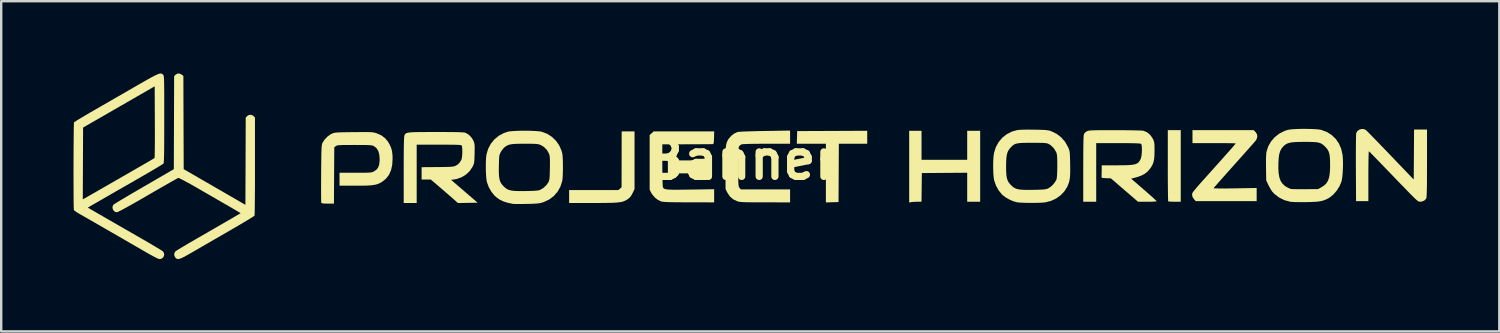
<source format=kicad_pcb>
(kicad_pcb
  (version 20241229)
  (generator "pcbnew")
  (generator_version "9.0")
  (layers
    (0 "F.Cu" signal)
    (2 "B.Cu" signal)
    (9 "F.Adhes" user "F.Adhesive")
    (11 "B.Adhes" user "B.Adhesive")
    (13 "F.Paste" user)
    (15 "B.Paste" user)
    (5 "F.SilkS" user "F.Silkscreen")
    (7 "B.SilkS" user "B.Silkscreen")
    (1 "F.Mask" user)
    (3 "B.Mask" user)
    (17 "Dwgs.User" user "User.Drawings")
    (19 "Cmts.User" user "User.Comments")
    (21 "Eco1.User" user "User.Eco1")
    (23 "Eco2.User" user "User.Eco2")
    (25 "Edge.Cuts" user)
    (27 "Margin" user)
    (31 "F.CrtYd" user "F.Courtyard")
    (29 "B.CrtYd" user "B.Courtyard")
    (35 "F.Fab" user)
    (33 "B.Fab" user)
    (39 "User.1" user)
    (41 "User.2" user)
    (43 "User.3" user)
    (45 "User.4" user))
  (footprint "Banner"
    (layer "F.Cu")
    (at 27.756 3.579)
    (property "Reference" "Banner" (at 0 0 0) (layer "F.SilkS") (effects (font (size 1.524 1.524) (thickness 0.3))))
    (attr board_only exclude_from_pos_files exclude_from_bom)
    (fp_poly (pts (xy -1.408 0.563) (xy -3.098 0.563) (xy -3.098 0.026) (xy -1.408 0.026)) (stroke (width 0) (type solid)) (fill yes) (layer "F.SilkS"))
    (fp_poly (pts (xy 5.172 -0.666) (xy 3.995 -0.666) (xy 3.982 1.754) (xy 3.719 1.761) (xy 3.457 1.769) (xy 3.457 -0.666) (xy 2.251 -0.666) (xy 2.259 -0.928) (xy 2.266 -1.191) (xy 3.719 -1.197) (xy 5.172 -1.204)) (stroke (width 0) (type solid)) (fill yes) (layer "F.SilkS"))
    (fp_poly (pts (xy 18.179 1.741) (xy 17.928 1.741) (xy 17.819 1.739) (xy 17.73 1.735) (xy 17.673 1.729) (xy 17.659 1.724) (xy 17.656 1.696) (xy 17.653 1.621) (xy 17.65 1.505) (xy 17.648 1.351) (xy 17.646 1.164) (xy 17.644 0.949) (xy 17.643 0.71) (xy 17.642 0.452) (xy 17.642 0.239) (xy 17.642 -1.229) (xy 18.179 -1.229)) (stroke (width 0) (type solid)) (fill yes) (layer "F.SilkS"))
    (fp_poly (pts (xy 7.425 0) (xy 9.32 0) (xy 9.32 -1.203) (xy 9.858 -1.203) (xy 9.858 1.741) (xy 9.32 1.741) (xy 9.32 0.537) (xy 8.379 0.544) (xy 7.438 0.551) (xy 7.431 1.146) (xy 7.424 1.741) (xy 7.249 1.741) (xy 7.146 1.743) (xy 7.051 1.75) (xy 6.993 1.757) (xy 6.913 1.773) (xy 6.913 -1.203) (xy 7.425 -1.203)) (stroke (width 0) (type solid)) (fill yes) (layer "F.SilkS"))
    (fp_poly (pts (xy -4.481 1.216) (xy -4.554 1.37) (xy -4.623 1.494) (xy -4.697 1.583) (xy -4.793 1.654) (xy -4.853 1.687) (xy -4.907 1.713) (xy -4.966 1.734) (xy -5.034 1.751) (xy -5.118 1.764) (xy -5.221 1.774) (xy -5.35 1.782) (xy -5.509 1.787) (xy -5.704 1.79) (xy -5.94 1.792) (xy -6.213 1.792) (xy -7.195 1.792) (xy -7.195 1.255) (xy -5.149 1.255) (xy -5.019 1.139) (xy -5.017 -0.019) (xy -5.015 -1.178) (xy -4.481 -1.178)) (stroke (width 0) (type solid)) (fill yes) (layer "F.SilkS"))
    (fp_poly (pts (xy -1.176 -1.178) (xy -1.183 -0.915) (xy -1.188 -0.793) (xy -1.195 -0.713) (xy -1.206 -0.669) (xy -1.223 -0.651) (xy -1.229 -0.649) (xy -1.262 -0.649) (xy -1.341 -0.648) (xy -1.46 -0.647) (xy -1.613 -0.646) (xy -1.794 -0.645) (xy -1.998 -0.644) (xy -2.22 -0.643) (xy -2.298 -0.643) (xy -3.329 -0.64) (xy -3.329 0.216) (xy -3.328 0.423) (xy -3.326 0.616) (xy -3.323 0.788) (xy -3.319 0.932) (xy -3.314 1.043) (xy -3.309 1.113) (xy -3.305 1.135) (xy -3.291 1.163) (xy -3.272 1.187) (xy -3.241 1.205) (xy -3.195 1.22) (xy -3.128 1.23) (xy -3.037 1.237) (xy -2.916 1.241) (xy -2.761 1.242) (xy -2.567 1.241) (xy -2.329 1.238) (xy -2.153 1.236) (xy -1.178 1.221) (xy -1.178 1.767) (xy -2.221 1.765) (xy -2.496 1.764) (xy -2.725 1.763) (xy -2.912 1.76) (xy -3.061 1.757) (xy -3.177 1.752) (xy -3.265 1.746) (xy -3.329 1.738) (xy -3.374 1.729) (xy -3.382 1.727) (xy -3.511 1.665) (xy -3.636 1.567) (xy -3.741 1.446) (xy -3.79 1.367) (xy -3.854 1.242) (xy -3.854 -1.028) (xy -3.77 -1.103) (xy -3.686 -1.178) (xy -2.431 -1.178)) (stroke (width 0) (type solid)) (fill yes) (layer "F.SilkS"))
    (fp_poly (pts (xy 21.28 -1.154) (xy 21.342 -1.06) (xy 21.356 -0.955) (xy 21.322 -0.847) (xy 21.284 -0.789) (xy 21.253 -0.753) (xy 21.192 -0.682) (xy 21.103 -0.582) (xy 20.991 -0.456) (xy 20.86 -0.308) (xy 20.713 -0.143) (xy 20.554 0.035) (xy 20.386 0.223) (xy 20.381 0.228) (xy 20.216 0.413) (xy 20.061 0.586) (xy 19.92 0.745) (xy 19.797 0.884) (xy 19.694 1.001) (xy 19.615 1.091) (xy 19.563 1.151) (xy 19.542 1.178) (xy 19.541 1.178) (xy 19.564 1.183) (xy 19.632 1.186) (xy 19.74 1.189) (xy 19.882 1.19) (xy 20.053 1.189) (xy 20.246 1.188) (xy 20.431 1.185) (xy 21.329 1.17) (xy 21.329 1.716) (xy 18.804 1.716) (xy 18.737 1.645) (xy 18.668 1.545) (xy 18.649 1.443) (xy 18.663 1.378) (xy 18.687 1.34) (xy 18.74 1.271) (xy 18.818 1.177) (xy 18.914 1.065) (xy 19.022 0.942) (xy 19.067 0.891) (xy 19.31 0.622) (xy 19.534 0.372) (xy 19.739 0.144) (xy 19.922 -0.061) (xy 20.081 -0.24) (xy 20.215 -0.391) (xy 20.322 -0.513) (xy 20.399 -0.603) (xy 20.446 -0.659) (xy 20.46 -0.679) (xy 20.435 -0.682) (xy 20.364 -0.685) (xy 20.254 -0.688) (xy 20.111 -0.69) (xy 19.939 -0.691) (xy 19.745 -0.692) (xy 19.562 -0.692) (xy 18.666 -0.69) (xy 18.666 -1.229) (xy 21.205 -1.229)) (stroke (width 0) (type solid)) (fill yes) (layer "F.SilkS"))
    (fp_poly (pts (xy 1.972 -0.666) (xy 1.002 -0.666) (xy 0.729 -0.665) (xy 0.492 -0.663) (xy 0.294 -0.659) (xy 0.139 -0.654) (xy 0.028 -0.648) (xy -0.035 -0.641) (xy -0.044 -0.639) (xy -0.108 -0.6) (xy -0.15 -0.548) (xy -0.16 -0.502) (xy -0.168 -0.409) (xy -0.173 -0.269) (xy -0.177 -0.08) (xy -0.179 0.158) (xy -0.179 0.305) (xy -0.179 0.527) (xy -0.178 0.704) (xy -0.177 0.841) (xy -0.174 0.944) (xy -0.17 1.02) (xy -0.164 1.073) (xy -0.155 1.109) (xy -0.144 1.136) (xy -0.13 1.157) (xy -0.126 1.162) (xy -0.073 1.229) (xy 1.972 1.229) (xy 1.972 1.767) (xy 0.941 1.766) (xy 0.68 1.766) (xy 0.466 1.765) (xy 0.292 1.763) (xy 0.153 1.761) (xy 0.045 1.757) (xy -0.039 1.752) (xy -0.104 1.746) (xy -0.154 1.738) (xy -0.195 1.728) (xy -0.225 1.718) (xy -0.393 1.638) (xy -0.526 1.522) (xy -0.627 1.369) (xy -0.704 1.22) (xy -0.712 0.38) (xy -0.714 0.116) (xy -0.714 -0.103) (xy -0.71 -0.282) (xy -0.703 -0.427) (xy -0.692 -0.544) (xy -0.677 -0.639) (xy -0.655 -0.716) (xy -0.628 -0.783) (xy -0.594 -0.844) (xy -0.569 -0.881) (xy -0.47 -0.994) (xy -0.348 -1.088) (xy -0.221 -1.148) (xy -0.208 -1.152) (xy -0.162 -1.159) (xy -0.07 -1.165) (xy 0.061 -1.172) (xy 0.226 -1.178) (xy 0.419 -1.184) (xy 0.634 -1.19) (xy 0.866 -1.194) (xy 0.928 -1.195) (xy 1.972 -1.212)) (stroke (width 0) (type solid)) (fill yes) (layer "F.SilkS"))
    (fp_poly (pts (xy 25.78 -1.273) (xy 25.864 -1.232) (xy 25.893 -1.204) (xy 25.954 -1.144) (xy 26.043 -1.053) (xy 26.157 -0.936) (xy 26.293 -0.797) (xy 26.446 -0.638) (xy 26.614 -0.464) (xy 26.793 -0.278) (xy 26.885 -0.182) (xy 27.845 0.82) (xy 27.852 -0.218) (xy 27.859 -1.255) (xy 28.396 -1.255) (xy 28.396 0.14) (xy 28.395 0.47) (xy 28.394 0.752) (xy 28.393 0.988) (xy 28.39 1.181) (xy 28.386 1.335) (xy 28.382 1.451) (xy 28.377 1.533) (xy 28.37 1.584) (xy 28.365 1.601) (xy 28.305 1.676) (xy 28.212 1.725) (xy 28.109 1.741) (xy 28.076 1.737) (xy 28.039 1.723) (xy 27.995 1.693) (xy 27.935 1.643) (xy 27.856 1.567) (xy 27.749 1.461) (xy 27.691 1.402) (xy 27.593 1.302) (xy 27.467 1.172) (xy 27.318 1.019) (xy 27.155 0.851) (xy 26.984 0.673) (xy 26.811 0.494) (xy 26.68 0.358) (xy 26.529 0.201) (xy 26.388 0.055) (xy 26.261 -0.075) (xy 26.154 -0.185) (xy 26.069 -0.271) (xy 26.012 -0.328) (xy 25.985 -0.353) (xy 25.984 -0.354) (xy 25.979 -0.331) (xy 25.975 -0.263) (xy 25.972 -0.153) (xy 25.968 -0.009) (xy 25.966 0.166) (xy 25.964 0.365) (xy 25.963 0.583) (xy 25.963 0.676) (xy 25.963 1.716) (xy 25.452 1.716) (xy 25.445 0.346) (xy 25.444 0.083) (xy 25.444 -0.165) (xy 25.445 -0.395) (xy 25.446 -0.602) (xy 25.448 -0.779) (xy 25.45 -0.922) (xy 25.453 -1.027) (xy 25.456 -1.088) (xy 25.458 -1.099) (xy 25.504 -1.187) (xy 25.583 -1.248) (xy 25.68 -1.278)) (stroke (width 0) (type solid)) (fill yes) (layer "F.SilkS"))
    (fp_poly (pts (xy -12.428 -1.152) (xy -12.19 -1.151) (xy -11.995 -1.149) (xy -11.838 -1.147) (xy -11.715 -1.143) (xy -11.623 -1.138) (xy -11.556 -1.132) (xy -11.511 -1.124) (xy -11.487 -1.117) (xy -11.354 -1.036) (xy -11.24 -0.918) (xy -11.165 -0.791) (xy -11.143 -0.736) (xy -11.128 -0.684) (xy -11.119 -0.623) (xy -11.114 -0.543) (xy -11.114 -0.435) (xy -11.116 -0.287) (xy -11.117 -0.259) (xy -11.121 -0.106) (xy -11.126 0.006) (xy -11.133 0.089) (xy -11.144 0.151) (xy -11.161 0.205) (xy -11.186 0.26) (xy -11.201 0.29) (xy -11.317 0.465) (xy -11.471 0.611) (xy -11.655 0.723) (xy -11.861 0.796) (xy -11.967 0.816) (xy -12.093 0.832) (xy -11.542 1.306) (xy -10.991 1.78) (xy -11.4 1.787) (xy -11.809 1.794) (xy -11.992 1.631) (xy -12.072 1.56) (xy -12.181 1.466) (xy -12.308 1.356) (xy -12.442 1.24) (xy -12.554 1.144) (xy -12.934 0.819) (xy -13.315 0.819) (xy -13.315 0.307) (xy -12.77 0.303) (xy -12.554 0.301) (xy -12.383 0.299) (xy -12.249 0.296) (xy -12.147 0.292) (xy -12.07 0.287) (xy -12.012 0.279) (xy -11.965 0.27) (xy -11.923 0.258) (xy -11.922 0.257) (xy -11.821 0.201) (xy -11.731 0.11) (xy -11.667 0.002) (xy -11.653 -0.038) (xy -11.639 -0.117) (xy -11.63 -0.22) (xy -11.626 -0.333) (xy -11.628 -0.442) (xy -11.635 -0.53) (xy -11.648 -0.585) (xy -11.65 -0.589) (xy -11.662 -0.599) (xy -11.688 -0.607) (xy -11.732 -0.614) (xy -11.8 -0.619) (xy -11.896 -0.623) (xy -12.025 -0.625) (xy -12.191 -0.626) (xy -12.4 -0.627) (xy -12.597 -0.627) (xy -13.519 -0.627) (xy -13.519 0.583) (xy -13.519 1.792) (xy -14.057 1.792) (xy -14.057 0.424) (xy -14.057 0.096) (xy -14.056 -0.182) (xy -14.054 -0.416) (xy -14.051 -0.606) (xy -14.048 -0.757) (xy -14.043 -0.871) (xy -14.037 -0.95) (xy -14.031 -0.998) (xy -14.026 -1.012) (xy -14.011 -1.044) (xy -13.993 -1.071) (xy -13.969 -1.093) (xy -13.933 -1.11) (xy -13.881 -1.124) (xy -13.81 -1.134) (xy -13.714 -1.142) (xy -13.589 -1.147) (xy -13.43 -1.15) (xy -13.234 -1.151) (xy -12.995 -1.152) (xy -12.713 -1.152)) (stroke (width 0) (type solid)) (fill yes) (layer "F.SilkS"))
    (fp_poly (pts (xy 15.453 -1.228) (xy 15.686 -1.228) (xy 15.907 -1.226) (xy 16.11 -1.223) (xy 16.288 -1.22) (xy 16.435 -1.216) (xy 16.545 -1.212) (xy 16.613 -1.207) (xy 16.628 -1.204) (xy 16.778 -1.144) (xy 16.906 -1.04) (xy 17.008 -0.896) (xy 17.014 -0.884) (xy 17.045 -0.822) (xy 17.066 -0.769) (xy 17.079 -0.713) (xy 17.087 -0.644) (xy 17.09 -0.549) (xy 17.091 -0.417) (xy 17.091 -0.373) (xy 17.088 -0.182) (xy 17.075 -0.031) (xy 17.051 0.092) (xy 17.012 0.198) (xy 16.955 0.298) (xy 16.901 0.375) (xy 16.802 0.488) (xy 16.69 0.578) (xy 16.555 0.651) (xy 16.387 0.713) (xy 16.209 0.761) (xy 16.12 0.782) (xy 16.65 1.24) (xy 16.79 1.361) (xy 16.915 1.472) (xy 17.022 1.567) (xy 17.105 1.643) (xy 17.16 1.696) (xy 17.181 1.719) (xy 17.181 1.72) (xy 17.157 1.727) (xy 17.09 1.733) (xy 16.99 1.738) (xy 16.865 1.741) (xy 16.794 1.741) (xy 16.408 1.741) (xy 15.844 1.256) (xy 15.28 0.77) (xy 15.085 0.763) (xy 14.987 0.758) (xy 14.929 0.751) (xy 14.901 0.737) (xy 14.893 0.714) (xy 14.893 0.698) (xy 14.895 0.645) (xy 14.897 0.558) (xy 14.899 0.455) (xy 14.899 0.435) (xy 14.902 0.23) (xy 15.536 0.229) (xy 15.771 0.228) (xy 15.961 0.223) (xy 16.111 0.214) (xy 16.228 0.198) (xy 16.317 0.175) (xy 16.385 0.142) (xy 16.436 0.098) (xy 16.477 0.041) (xy 16.514 -0.03) (xy 16.518 -0.038) (xy 16.54 -0.111) (xy 16.556 -0.211) (xy 16.565 -0.326) (xy 16.568 -0.442) (xy 16.564 -0.546) (xy 16.552 -0.624) (xy 16.536 -0.661) (xy 16.512 -0.669) (xy 16.459 -0.676) (xy 16.372 -0.682) (xy 16.249 -0.686) (xy 16.085 -0.689) (xy 15.878 -0.691) (xy 15.623 -0.691) (xy 15.588 -0.691) (xy 14.672 -0.691) (xy 14.672 1.741) (xy 14.134 1.741) (xy 14.134 0.365) (xy 14.135 0.044) (xy 14.136 -0.229) (xy 14.137 -0.457) (xy 14.14 -0.644) (xy 14.143 -0.793) (xy 14.147 -0.907) (xy 14.152 -0.99) (xy 14.159 -1.044) (xy 14.166 -1.074) (xy 14.167 -1.075) (xy 14.211 -1.13) (xy 14.278 -1.179) (xy 14.288 -1.184) (xy 14.314 -1.195) (xy 14.346 -1.204) (xy 14.39 -1.212) (xy 14.451 -1.217) (xy 14.533 -1.222) (xy 14.641 -1.225) (xy 14.781 -1.227) (xy 14.957 -1.228) (xy 15.174 -1.228) (xy 15.436 -1.228)) (stroke (width 0) (type solid)) (fill yes) (layer "F.SilkS"))
    (fp_poly (pts (xy -15.587 -1.15) (xy -15.479 -1.148) (xy -15.396 -1.144) (xy -15.331 -1.137) (xy -15.279 -1.128) (xy -15.231 -1.116) (xy -15.183 -1.101) (xy -15.181 -1.1) (xy -14.988 -1.015) (xy -14.833 -0.9) (xy -14.707 -0.748) (xy -14.635 -0.623) (xy -14.578 -0.49) (xy -14.541 -0.352) (xy -14.523 -0.194) (xy -14.519 -0.046) (xy -14.534 0.214) (xy -14.585 0.437) (xy -14.67 0.626) (xy -14.792 0.783) (xy -14.952 0.912) (xy -14.99 0.935) (xy -15.064 0.975) (xy -15.141 1.007) (xy -15.226 1.031) (xy -15.328 1.049) (xy -15.451 1.062) (xy -15.604 1.07) (xy -15.794 1.074) (xy -16.027 1.075) (xy -16.06 1.075) (xy -16.72 1.075) (xy -16.72 0.538) (xy -16.058 0.538) (xy -15.857 0.538) (xy -15.699 0.537) (xy -15.579 0.535) (xy -15.49 0.531) (xy -15.425 0.525) (xy -15.377 0.516) (xy -15.338 0.504) (xy -15.304 0.488) (xy -15.285 0.479) (xy -15.185 0.408) (xy -15.115 0.316) (xy -15.074 0.193) (xy -15.057 0.033) (xy -15.056 -0.025) (xy -15.07 -0.217) (xy -15.113 -0.368) (xy -15.187 -0.483) (xy -15.283 -0.559) (xy -15.314 -0.575) (xy -15.347 -0.588) (xy -15.387 -0.598) (xy -15.442 -0.605) (xy -15.517 -0.609) (xy -15.619 -0.612) (xy -15.754 -0.614) (xy -15.93 -0.614) (xy -16.1 -0.615) (xy -16.311 -0.614) (xy -16.478 -0.613) (xy -16.605 -0.612) (xy -16.699 -0.608) (xy -16.767 -0.603) (xy -16.813 -0.596) (xy -16.845 -0.586) (xy -16.867 -0.573) (xy -16.877 -0.566) (xy -16.938 -0.517) (xy -16.945 0.651) (xy -16.952 1.818) (xy -17.208 1.818) (xy -17.334 1.816) (xy -17.416 1.81) (xy -17.462 1.798) (xy -17.478 1.783) (xy -17.48 1.751) (xy -17.482 1.673) (xy -17.484 1.554) (xy -17.485 1.4) (xy -17.485 1.216) (xy -17.485 1.007) (xy -17.484 0.778) (xy -17.483 0.573) (xy -17.481 0.294) (xy -17.478 0.062) (xy -17.476 -0.129) (xy -17.473 -0.282) (xy -17.469 -0.403) (xy -17.465 -0.497) (xy -17.459 -0.567) (xy -17.452 -0.619) (xy -17.444 -0.658) (xy -17.434 -0.687) (xy -17.429 -0.699) (xy -17.345 -0.832) (xy -17.229 -0.956) (xy -17.096 -1.053) (xy -17.046 -1.079) (xy -17.006 -1.096) (xy -16.968 -1.11) (xy -16.924 -1.12) (xy -16.868 -1.128) (xy -16.794 -1.134) (xy -16.696 -1.139) (xy -16.568 -1.142) (xy -16.402 -1.144) (xy -16.194 -1.147) (xy -16.128 -1.147) (xy -15.905 -1.149) (xy -15.727 -1.15)) (stroke (width 0) (type solid)) (fill yes) (layer "F.SilkS"))
    (fp_poly (pts (xy 23.557 -1.279) (xy 23.725 -1.272) (xy 23.868 -1.262) (xy 23.975 -1.247) (xy 24.004 -1.241) (xy 24.236 -1.156) (xy 24.438 -1.03) (xy 24.608 -0.868) (xy 24.743 -0.672) (xy 24.839 -0.446) (xy 24.892 -0.205) (xy 24.904 -0.067) (xy 24.91 0.098) (xy 24.909 0.276) (xy 24.902 0.456) (xy 24.891 0.625) (xy 24.874 0.771) (xy 24.853 0.881) (xy 24.849 0.896) (xy 24.77 1.089) (xy 24.657 1.272) (xy 24.519 1.432) (xy 24.366 1.559) (xy 24.284 1.607) (xy 24.19 1.653) (xy 24.099 1.687) (xy 24.004 1.713) (xy 23.896 1.731) (xy 23.764 1.743) (xy 23.6 1.751) (xy 23.394 1.756) (xy 23.377 1.756) (xy 23.209 1.757) (xy 23.049 1.756) (xy 22.908 1.753) (xy 22.797 1.748) (xy 22.725 1.741) (xy 22.72 1.74) (xy 22.475 1.673) (xy 22.254 1.563) (xy 22.064 1.415) (xy 21.983 1.329) (xy 21.936 1.263) (xy 21.88 1.169) (xy 21.825 1.065) (xy 21.818 1.05) (xy 21.726 0.858) (xy 21.717 0.352) (xy 22.228 0.352) (xy 22.241 0.561) (xy 22.271 0.731) (xy 22.32 0.869) (xy 22.391 0.98) (xy 22.484 1.071) (xy 22.555 1.119) (xy 22.64 1.165) (xy 22.717 1.199) (xy 22.759 1.212) (xy 22.805 1.215) (xy 22.893 1.218) (xy 23.014 1.22) (xy 23.16 1.22) (xy 23.321 1.22) (xy 23.352 1.22) (xy 23.877 1.216) (xy 24.015 1.139) (xy 24.131 1.064) (xy 24.22 0.976) (xy 24.287 0.868) (xy 24.333 0.734) (xy 24.361 0.568) (xy 24.374 0.362) (xy 24.376 0.23) (xy 24.373 0.033) (xy 24.364 -0.123) (xy 24.345 -0.246) (xy 24.314 -0.344) (xy 24.269 -0.427) (xy 24.207 -0.505) (xy 24.162 -0.551) (xy 24.098 -0.61) (xy 24.038 -0.656) (xy 23.973 -0.689) (xy 23.896 -0.713) (xy 23.799 -0.729) (xy 23.674 -0.737) (xy 23.514 -0.742) (xy 23.311 -0.743) (xy 23.305 -0.743) (xy 23.088 -0.741) (xy 22.915 -0.734) (xy 22.779 -0.721) (xy 22.671 -0.699) (xy 22.586 -0.669) (xy 22.515 -0.627) (xy 22.451 -0.572) (xy 22.436 -0.557) (xy 22.361 -0.466) (xy 22.306 -0.366) (xy 22.269 -0.246) (xy 22.245 -0.096) (xy 22.232 0.094) (xy 22.232 0.1) (xy 22.228 0.352) (xy 21.717 0.352) (xy 21.717 0.327) (xy 21.715 0.12) (xy 21.717 -0.059) (xy 21.723 -0.203) (xy 21.732 -0.305) (xy 21.737 -0.337) (xy 21.811 -0.562) (xy 21.928 -0.766) (xy 22.083 -0.943) (xy 22.272 -1.089) (xy 22.489 -1.198) (xy 22.627 -1.242) (xy 22.718 -1.258) (xy 22.849 -1.269) (xy 23.009 -1.278) (xy 23.188 -1.282) (xy 23.374 -1.282)) (stroke (width 0) (type solid)) (fill yes) (layer "F.SilkS"))
    (fp_poly (pts (xy -8.807 -1.203) (xy -8.636 -1.196) (xy -8.489 -1.186) (xy -8.376 -1.173) (xy -8.335 -1.164) (xy -8.113 -1.081) (xy -7.914 -0.955) (xy -7.744 -0.793) (xy -7.608 -0.601) (xy -7.512 -0.384) (xy -7.479 -0.261) (xy -7.468 -0.175) (xy -7.459 -0.05) (xy -7.454 0.101) (xy -7.452 0.268) (xy -7.453 0.437) (xy -7.457 0.596) (xy -7.464 0.735) (xy -7.474 0.84) (xy -7.48 0.875) (xy -7.556 1.113) (xy -7.673 1.323) (xy -7.829 1.502) (xy -8.02 1.646) (xy -8.243 1.752) (xy -8.292 1.768) (xy -8.362 1.788) (xy -8.437 1.803) (xy -8.525 1.814) (xy -8.636 1.821) (xy -8.779 1.827) (xy -8.962 1.831) (xy -9.121 1.833) (xy -9.265 1.834) (xy -9.387 1.834) (xy -9.476 1.832) (xy -9.524 1.829) (xy -9.525 1.829) (xy -9.749 1.782) (xy -9.933 1.722) (xy -10.086 1.647) (xy -10.22 1.55) (xy -10.292 1.484) (xy -10.42 1.326) (xy -10.527 1.137) (xy -10.602 0.935) (xy -10.612 0.894) (xy -10.628 0.793) (xy -10.64 0.654) (xy -10.648 0.49) (xy -10.649 0.457) (xy -10.112 0.457) (xy -10.107 0.622) (xy -10.094 0.753) (xy -10.071 0.856) (xy -10.036 0.942) (xy -9.987 1.017) (xy -9.922 1.09) (xy -9.914 1.099) (xy -9.846 1.162) (xy -9.778 1.211) (xy -9.703 1.247) (xy -9.613 1.272) (xy -9.501 1.288) (xy -9.359 1.296) (xy -9.18 1.298) (xy -9 1.297) (xy -8.813 1.293) (xy -8.67 1.288) (xy -8.563 1.281) (xy -8.486 1.272) (xy -8.429 1.259) (xy -8.393 1.246) (xy -8.256 1.163) (xy -8.135 1.048) (xy -8.058 0.937) (xy -8.038 0.896) (xy -8.023 0.852) (xy -8.012 0.796) (xy -8.005 0.721) (xy -7.999 0.618) (xy -7.996 0.477) (xy -7.993 0.348) (xy -7.991 0.171) (xy -7.991 0.036) (xy -7.994 -0.065) (xy -8.001 -0.139) (xy -8.012 -0.197) (xy -8.027 -0.246) (xy -8.028 -0.25) (xy -8.115 -0.406) (xy -8.24 -0.533) (xy -8.36 -0.606) (xy -8.405 -0.625) (xy -8.449 -0.64) (xy -8.501 -0.651) (xy -8.567 -0.658) (xy -8.656 -0.662) (xy -8.776 -0.665) (xy -8.936 -0.665) (xy -9.029 -0.665) (xy -9.235 -0.665) (xy -9.398 -0.661) (xy -9.525 -0.653) (xy -9.624 -0.639) (xy -9.702 -0.619) (xy -9.768 -0.591) (xy -9.83 -0.553) (xy -9.867 -0.526) (xy -9.928 -0.466) (xy -9.992 -0.382) (xy -10.027 -0.327) (xy -10.054 -0.276) (xy -10.073 -0.231) (xy -10.087 -0.181) (xy -10.096 -0.118) (xy -10.102 -0.032) (xy -10.106 0.087) (xy -10.11 0.247) (xy -10.11 0.249) (xy -10.112 0.457) (xy -10.649 0.457) (xy -10.651 0.314) (xy -10.65 0.139) (xy -10.644 -0.023) (xy -10.633 -0.157) (xy -10.624 -0.219) (xy -10.556 -0.452) (xy -10.445 -0.663) (xy -10.295 -0.847) (xy -10.111 -0.998) (xy -9.898 -1.112) (xy -9.738 -1.165) (xy -9.648 -1.181) (xy -9.517 -1.192) (xy -9.358 -1.2) (xy -9.179 -1.205) (xy -8.992 -1.206)) (stroke (width 0) (type solid)) (fill yes) (layer "F.SilkS"))
    (fp_poly (pts (xy -23.269 -3.534) (xy -23.266 -3.532) (xy -23.198 -3.479) (xy -23.192 -1.545) (xy -23.185 0.389) (xy -22.276 0.914) (xy -22.061 1.038) (xy -21.845 1.163) (xy -21.635 1.284) (xy -21.438 1.398) (xy -21.262 1.5) (xy -21.115 1.585) (xy -21.004 1.649) (xy -20.996 1.654) (xy -20.625 1.87) (xy -20.618 0.059) (xy -20.612 -1.751) (xy -20.556 -1.81) (xy -20.478 -1.86) (xy -20.389 -1.866) (xy -20.306 -1.83) (xy -20.284 -1.81) (xy -20.228 -1.751) (xy -20.228 0.265) (xy -20.228 0.582) (xy -20.228 0.885) (xy -20.229 1.17) (xy -20.231 1.432) (xy -20.233 1.668) (xy -20.235 1.874) (xy -20.238 2.046) (xy -20.24 2.179) (xy -20.243 2.27) (xy -20.247 2.315) (xy -20.248 2.319) (xy -20.273 2.339) (xy -20.339 2.382) (xy -20.441 2.445) (xy -20.574 2.525) (xy -20.734 2.621) (xy -20.917 2.729) (xy -21.119 2.847) (xy -21.334 2.972) (xy -21.369 2.992) (xy -21.604 3.127) (xy -21.84 3.264) (xy -22.071 3.397) (xy -22.29 3.524) (xy -22.491 3.64) (xy -22.665 3.741) (xy -22.808 3.823) (xy -22.897 3.874) (xy -23.065 3.97) (xy -23.197 4.041) (xy -23.297 4.088) (xy -23.373 4.112) (xy -23.431 4.117) (xy -23.476 4.104) (xy -23.515 4.074) (xy -23.526 4.063) (xy -23.573 3.982) (xy -23.578 3.894) (xy -23.541 3.814) (xy -23.524 3.798) (xy -23.489 3.773) (xy -23.415 3.726) (xy -23.307 3.66) (xy -23.172 3.579) (xy -23.015 3.486) (xy -22.841 3.385) (xy -22.699 3.302) (xy -22.396 3.128) (xy -22.112 2.964) (xy -21.849 2.812) (xy -21.609 2.673) (xy -21.396 2.55) (xy -21.212 2.444) (xy -21.061 2.356) (xy -20.944 2.288) (xy -20.865 2.241) (xy -20.827 2.219) (xy -20.823 2.216) (xy -20.843 2.203) (xy -20.901 2.167) (xy -20.992 2.113) (xy -21.111 2.043) (xy -21.251 1.961) (xy -21.399 1.876) (xy -21.584 1.77) (xy -21.799 1.646) (xy -22.031 1.511) (xy -22.268 1.375) (xy -22.496 1.243) (xy -22.673 1.141) (xy -22.846 1.042) (xy -23.005 0.953) (xy -23.146 0.877) (xy -23.262 0.816) (xy -23.348 0.774) (xy -23.398 0.753) (xy -23.407 0.752) (xy -23.437 0.766) (xy -23.507 0.804) (xy -23.612 0.863) (xy -23.75 0.941) (xy -23.915 1.035) (xy -24.103 1.142) (xy -24.31 1.262) (xy -24.533 1.39) (xy -24.67 1.469) (xy -24.974 1.645) (xy -25.238 1.796) (xy -25.463 1.923) (xy -25.647 2.024) (xy -25.79 2.1) (xy -25.891 2.15) (xy -25.949 2.174) (xy -25.96 2.176) (xy -26.041 2.155) (xy -26.101 2.099) (xy -26.135 2.023) (xy -26.138 1.941) (xy -26.103 1.868) (xy -26.089 1.854) (xy -26.057 1.833) (xy -25.986 1.788) (xy -25.878 1.723) (xy -25.739 1.639) (xy -25.572 1.54) (xy -25.382 1.428) (xy -25.173 1.306) (xy -24.95 1.176) (xy -24.815 1.098) (xy -23.595 0.389) (xy -23.588 -1.539) (xy -23.582 -3.467) (xy -23.526 -3.526) (xy -23.449 -3.575) (xy -23.359 -3.578)) (stroke (width 0) (type solid)) (fill yes) (layer "F.SilkS"))
    (fp_poly (pts (xy 12.041 -1.25) (xy 12.099 -1.249) (xy 12.289 -1.246) (xy 12.436 -1.241) (xy 12.548 -1.236) (xy 12.633 -1.228) (xy 12.7 -1.217) (xy 12.757 -1.203) (xy 12.808 -1.185) (xy 13.031 -1.076) (xy 13.225 -0.926) (xy 13.385 -0.739) (xy 13.507 -0.521) (xy 13.513 -0.508) (xy 13.536 -0.45) (xy 13.554 -0.397) (xy 13.567 -0.34) (xy 13.576 -0.27) (xy 13.582 -0.178) (xy 13.586 -0.056) (xy 13.59 0.105) (xy 13.591 0.171) (xy 13.594 0.386) (xy 13.592 0.559) (xy 13.585 0.699) (xy 13.57 0.814) (xy 13.548 0.915) (xy 13.517 1.009) (xy 13.476 1.105) (xy 13.468 1.123) (xy 13.353 1.308) (xy 13.199 1.47) (xy 13.013 1.604) (xy 12.804 1.703) (xy 12.58 1.763) (xy 12.559 1.766) (xy 12.456 1.776) (xy 12.317 1.783) (xy 12.153 1.787) (xy 11.976 1.788) (xy 11.801 1.787) (xy 11.638 1.782) (xy 11.5 1.775) (xy 11.4 1.765) (xy 11.394 1.764) (xy 11.241 1.723) (xy 11.074 1.652) (xy 10.915 1.56) (xy 10.783 1.459) (xy 10.76 1.437) (xy 10.624 1.27) (xy 10.515 1.073) (xy 10.441 0.862) (xy 10.433 0.826) (xy 10.416 0.707) (xy 10.404 0.552) (xy 10.398 0.374) (xy 10.397 0.269) (xy 10.933 0.269) (xy 10.936 0.468) (xy 10.945 0.625) (xy 10.963 0.748) (xy 10.993 0.847) (xy 11.035 0.93) (xy 11.094 1.005) (xy 11.134 1.047) (xy 11.201 1.111) (xy 11.267 1.16) (xy 11.339 1.196) (xy 11.424 1.221) (xy 11.529 1.237) (xy 11.664 1.246) (xy 11.835 1.248) (xy 12.034 1.247) (xy 12.22 1.244) (xy 12.362 1.239) (xy 12.469 1.233) (xy 12.548 1.225) (xy 12.608 1.213) (xy 12.656 1.198) (xy 12.668 1.193) (xy 12.768 1.132) (xy 12.87 1.041) (xy 12.957 0.934) (xy 13.018 0.829) (xy 13.028 0.8) (xy 13.04 0.731) (xy 13.049 0.618) (xy 13.055 0.468) (xy 13.058 0.287) (xy 13.058 0.24) (xy 13.057 0.069) (xy 13.054 -0.06) (xy 13.049 -0.155) (xy 13.04 -0.224) (xy 13.027 -0.277) (xy 13.011 -0.32) (xy 12.915 -0.477) (xy 12.791 -0.6) (xy 12.716 -0.648) (xy 12.68 -0.666) (xy 12.643 -0.679) (xy 12.597 -0.689) (xy 12.536 -0.696) (xy 12.453 -0.701) (xy 12.339 -0.703) (xy 12.188 -0.704) (xy 12.009 -0.704) (xy 11.798 -0.704) (xy 11.631 -0.701) (xy 11.502 -0.693) (xy 11.401 -0.68) (xy 11.323 -0.66) (xy 11.259 -0.63) (xy 11.204 -0.589) (xy 11.148 -0.536) (xy 11.106 -0.49) (xy 11.045 -0.413) (xy 11 -0.328) (xy 10.968 -0.227) (xy 10.948 -0.101) (xy 10.937 0.058) (xy 10.933 0.26) (xy 10.933 0.269) (xy 10.397 0.269) (xy 10.397 0.188) (xy 10.402 0.009) (xy 10.413 -0.149) (xy 10.43 -0.273) (xy 10.432 -0.285) (xy 10.507 -0.523) (xy 10.624 -0.735) (xy 10.777 -0.917) (xy 10.963 -1.063) (xy 11.178 -1.171) (xy 11.382 -1.229) (xy 11.478 -1.241) (xy 11.622 -1.248) (xy 11.811 -1.252)) (stroke (width 0) (type solid)) (fill yes) (layer "F.SilkS"))
    (fp_poly (pts (xy -24.089 -3.569) (xy -24.06 -3.549) (xy -24.043 -3.533) (xy -24.033 -3.523) (xy -24.025 -3.508) (xy -24.017 -3.487) (xy -24.011 -3.456) (xy -24.006 -3.411) (xy -24.002 -3.347) (xy -23.999 -3.263) (xy -23.996 -3.154) (xy -23.995 -3.016) (xy -23.993 -2.845) (xy -23.992 -2.639) (xy -23.992 -2.394) (xy -23.992 -2.106) (xy -23.992 -1.77) (xy -23.992 -1.682) (xy -23.992 -1.318) (xy -23.993 -1.001) (xy -23.994 -0.731) (xy -23.995 -0.502) (xy -23.997 -0.313) (xy -24 -0.16) (xy -24.004 -0.041) (xy -24.008 0.047) (xy -24.013 0.108) (xy -24.019 0.144) (xy -24.024 0.158) (xy -24.052 0.178) (xy -24.12 0.221) (xy -24.224 0.284) (xy -24.359 0.365) (xy -24.522 0.461) (xy -24.708 0.57) (xy -24.913 0.688) (xy -25.132 0.815) (xy -25.208 0.859) (xy -25.446 0.996) (xy -25.685 1.132) (xy -25.917 1.265) (xy -26.136 1.391) (xy -26.336 1.506) (xy -26.51 1.606) (xy -26.653 1.689) (xy -26.758 1.749) (xy -26.762 1.751) (xy -27.163 1.982) (xy -27.083 2.031) (xy -27.04 2.056) (xy -26.959 2.103) (xy -26.847 2.168) (xy -26.712 2.246) (xy -26.559 2.334) (xy -26.413 2.419) (xy -26.246 2.515) (xy -26.045 2.63) (xy -25.82 2.76) (xy -25.582 2.897) (xy -25.341 3.035) (xy -25.107 3.17) (xy -24.965 3.252) (xy -24.771 3.363) (xy -24.59 3.469) (xy -24.427 3.565) (xy -24.286 3.649) (xy -24.173 3.717) (xy -24.093 3.767) (xy -24.052 3.795) (xy -24.049 3.797) (xy -24.002 3.87) (xy -23.994 3.951) (xy -24.022 4.029) (xy -24.079 4.089) (xy -24.159 4.119) (xy -24.185 4.121) (xy -24.236 4.106) (xy -24.325 4.067) (xy -24.449 4.003) (xy -24.603 3.919) (xy -24.734 3.844) (xy -24.946 3.721) (xy -25.174 3.589) (xy -25.416 3.449) (xy -25.664 3.306) (xy -25.916 3.16) (xy -26.165 3.017) (xy -26.408 2.877) (xy -26.639 2.743) (xy -26.854 2.62) (xy -27.047 2.509) (xy -27.214 2.413) (xy -27.351 2.335) (xy -27.452 2.277) (xy -27.504 2.248) (xy -27.6 2.191) (xy -27.678 2.138) (xy -27.729 2.098) (xy -27.741 2.082) (xy -27.744 2.048) (xy -27.747 1.969) (xy -27.75 1.849) (xy -27.752 1.692) (xy -27.752 1.641) (xy -27.372 1.641) (xy -27.314 1.61) (xy -27.279 1.591) (xy -27.205 1.549) (xy -27.098 1.487) (xy -26.962 1.409) (xy -26.803 1.318) (xy -26.626 1.216) (xy -26.436 1.107) (xy -26.424 1.101) (xy -26.203 0.973) (xy -25.967 0.837) (xy -25.727 0.699) (xy -25.493 0.565) (xy -25.277 0.44) (xy -25.088 0.332) (xy -25.003 0.283) (xy -24.845 0.192) (xy -24.702 0.109) (xy -24.579 0.037) (xy -24.483 -0.019) (xy -24.419 -0.058) (xy -24.395 -0.074) (xy -24.391 -0.102) (xy -24.388 -0.177) (xy -24.386 -0.294) (xy -24.384 -0.449) (xy -24.382 -0.636) (xy -24.381 -0.851) (xy -24.381 -1.091) (xy -24.381 -1.349) (xy -24.382 -1.57) (xy -24.389 -3.047) (xy -25.874 -2.192) (xy -27.359 -1.337) (xy -27.365 0.152) (xy -27.372 1.641) (xy -27.752 1.641) (xy -27.753 1.506) (xy -27.754 1.293) (xy -27.755 1.06) (xy -27.756 0.811) (xy -27.756 0.552) (xy -27.756 0.287) (xy -27.755 0.022) (xy -27.754 -0.239) (xy -27.753 -0.489) (xy -27.751 -0.726) (xy -27.749 -0.942) (xy -27.747 -1.133) (xy -27.745 -1.295) (xy -27.742 -1.421) (xy -27.739 -1.508) (xy -27.736 -1.55) (xy -27.735 -1.552) (xy -27.709 -1.572) (xy -27.643 -1.615) (xy -27.543 -1.677) (xy -27.413 -1.756) (xy -27.257 -1.848) (xy -27.082 -1.951) (xy -26.891 -2.061) (xy -26.833 -2.095) (xy -26.59 -2.235) (xy -26.318 -2.391) (xy -26.031 -2.557) (xy -25.741 -2.723) (xy -25.463 -2.883) (xy -25.21 -3.029) (xy -25.099 -3.094) (xy -24.868 -3.226) (xy -24.677 -3.335) (xy -24.521 -3.421) (xy -24.397 -3.486) (xy -24.299 -3.533) (xy -24.224 -3.563) (xy -24.167 -3.578) (xy -24.123 -3.579)) (stroke (width 0) (type solid)) (fill yes) (layer "F.SilkS")))
  (gr_rect
    (start -3 -3)
    (end 59.152 10.7)
    (stroke (width 0.1) (type default))
    (fill no)
    (layer "Edge.Cuts")))
</source>
